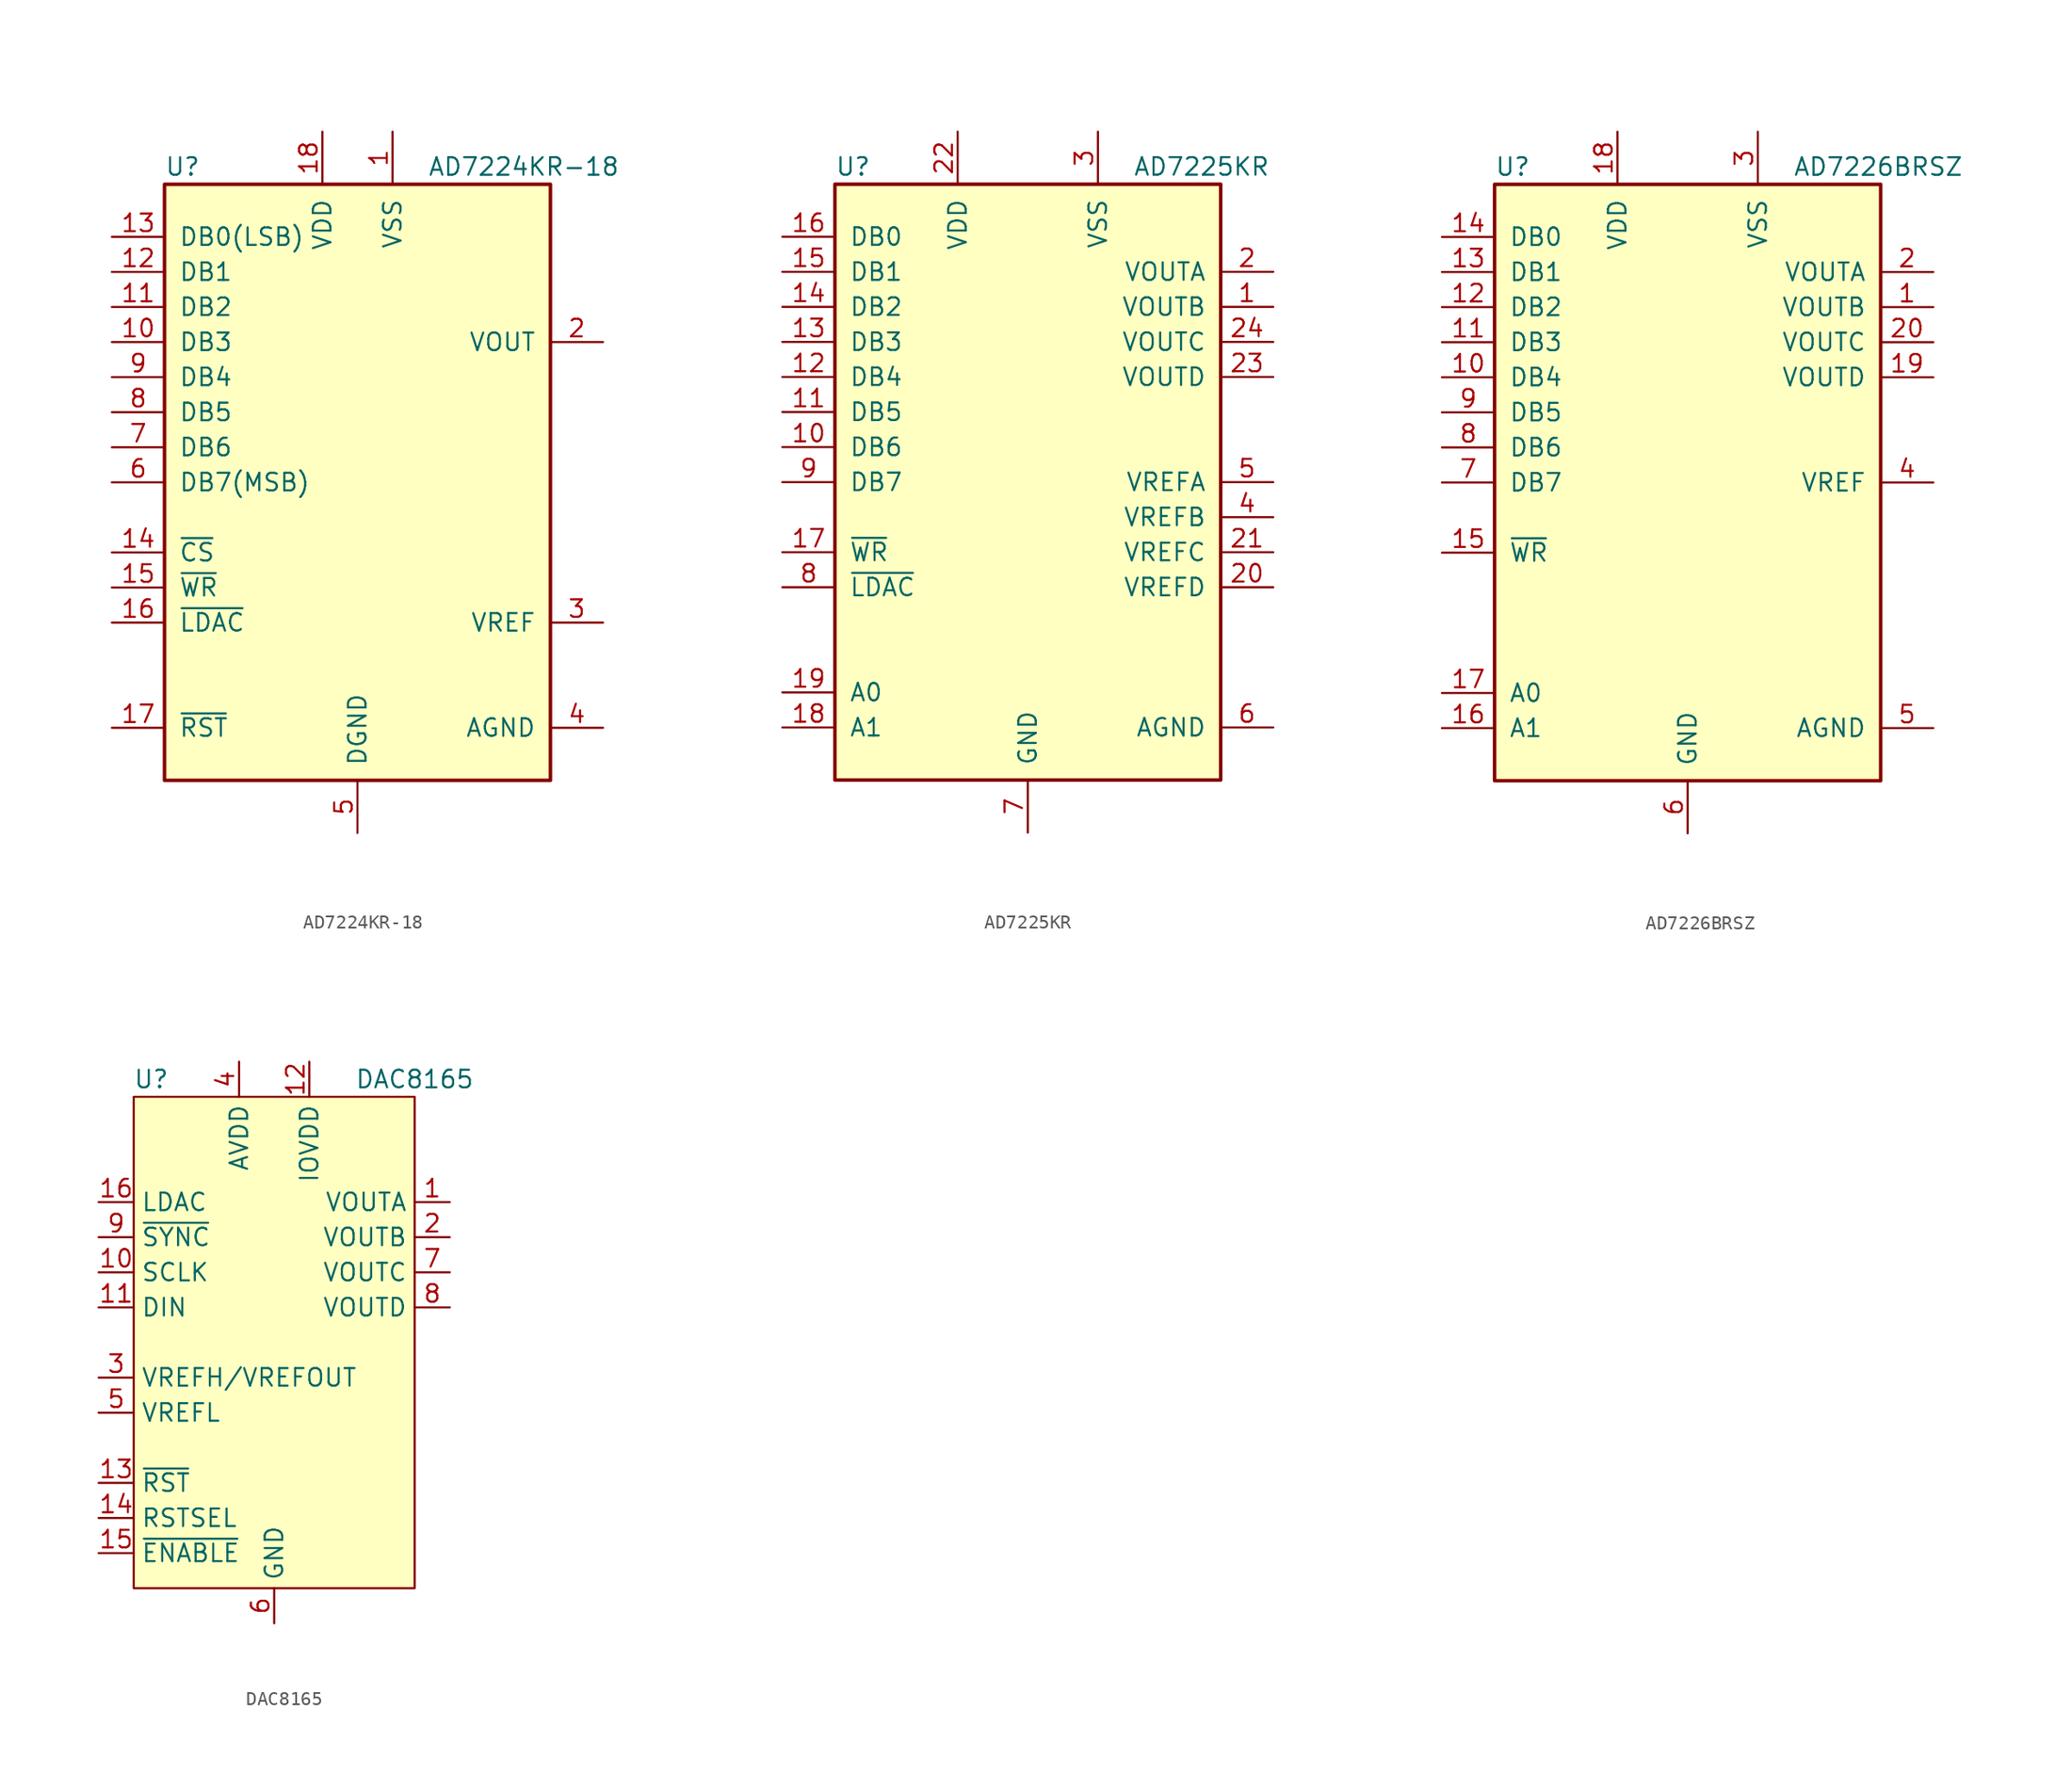
<source format=kicad_sym>
(kicad_symbol_lib
  (version 20220914)
  (generator kicad_symbol_editor)
  (symbol "AD7224KR-18"
    (pin_names
      (offset 1.016))
    (property "Reference" "U"
      (at -13.97 22.86 0)
      (effects (font (size 1.27 1.27)) (justify left)))
    (property "Value" "AD7224KR-18"
      (at 5.08 22.86 0)
      (effects (font (size 1.27 1.27)) (justify left)))
    (symbol "AD7224KR-18_1_1"
      (rectangle (start -13.97 -21.59) (end 13.97 21.59) (stroke (width 0.254) (type default)) (fill (type background)))
      (pin power_in line (at 2.54 25.4 270) (length 3.81) (name "VSS" (effects (font (size 1.27 1.27)))) (number "1" (effects (font (size 1.27 1.27)))))
      (pin input line (at -17.78 10.16 0) (length 3.81) (name "DB3" (effects (font (size 1.27 1.27)))) (number "10" (effects (font (size 1.27 1.27)))))
      (pin input line (at -17.78 12.7 0) (length 3.81) (name "DB2" (effects (font (size 1.27 1.27)))) (number "11" (effects (font (size 1.27 1.27)))))
      (pin input line (at -17.78 15.24 0) (length 3.81) (name "DB1" (effects (font (size 1.27 1.27)))) (number "12" (effects (font (size 1.27 1.27)))))
      (pin input line (at -17.78 17.78 0) (length 3.81) (name "DB0(LSB)" (effects (font (size 1.27 1.27)))) (number "13" (effects (font (size 1.27 1.27)))))
      (pin input line (at -17.78 -5.08 0) (length 3.81) (name "~{CS}" (effects (font (size 1.27 1.27)))) (number "14" (effects (font (size 1.27 1.27)))))
      (pin input line (at -17.78 -7.62 0) (length 3.81) (name "~{WR}" (effects (font (size 1.27 1.27)))) (number "15" (effects (font (size 1.27 1.27)))))
      (pin input line (at -17.78 -10.16 0) (length 3.81) (name "~{LDAC}" (effects (font (size 1.27 1.27)))) (number "16" (effects (font (size 1.27 1.27)))))
      (pin input line (at -17.78 -17.78 0) (length 3.81) (name "~{RST}" (effects (font (size 1.27 1.27)))) (number "17" (effects (font (size 1.27 1.27)))))
      (pin power_in line (at -2.54 25.4 270) (length 3.81) (name "VDD" (effects (font (size 1.27 1.27)))) (number "18" (effects (font (size 1.27 1.27)))))
      (pin output line (at 17.78 10.16 180) (length 3.81) (name "VOUT" (effects (font (size 1.27 1.27)))) (number "2" (effects (font (size 1.27 1.27)))))
      (pin passive line (at 17.78 -10.16 180) (length 3.81) (name "VREF" (effects (font (size 1.27 1.27)))) (number "3" (effects (font (size 1.27 1.27)))))
      (pin passive line (at 17.78 -17.78 180) (length 3.81) (name "AGND" (effects (font (size 1.27 1.27)))) (number "4" (effects (font (size 1.27 1.27)))))
      (pin power_in line (at 0 -25.4 90) (length 3.81) (name "DGND" (effects (font (size 1.27 1.27)))) (number "5" (effects (font (size 1.27 1.27)))))
      (pin input line (at -17.78 0 0) (length 3.81) (name "DB7(MSB)" (effects (font (size 1.27 1.27)))) (number "6" (effects (font (size 1.27 1.27)))))
      (pin input line (at -17.78 2.54 0) (length 3.81) (name "DB6" (effects (font (size 1.27 1.27)))) (number "7" (effects (font (size 1.27 1.27)))))
      (pin input line (at -17.78 5.08 0) (length 3.81) (name "DB5" (effects (font (size 1.27 1.27)))) (number "8" (effects (font (size 1.27 1.27)))))
      (pin input line (at -17.78 7.62 0) (length 3.81) (name "DB4" (effects (font (size 1.27 1.27)))) (number "9" (effects (font (size 1.27 1.27)))))))
  (symbol "AD7225KR"
    (pin_names
      (offset 1.016))
    (property "Reference" "U"
      (at -13.97 22.86 0)
      (effects (font (size 1.27 1.27)) (justify left)))
    (property "Value" "AD7225KR"
      (at 7.62 22.86 0)
      (effects (font (size 1.27 1.27)) (justify left)))
    (symbol "AD7225KR_0_1"
      (rectangle (start -13.97 -21.59) (end 13.97 21.59) (stroke (width 0.254) (type default)) (fill (type background))))
    (symbol "AD7225KR_1_1"
      (pin output line (at 17.78 12.7 180) (length 3.81) (name "VOUTB" (effects (font (size 1.27 1.27)))) (number "1" (effects (font (size 1.27 1.27)))))
      (pin input line (at -17.78 2.54 0) (length 3.81) (name "DB6" (effects (font (size 1.27 1.27)))) (number "10" (effects (font (size 1.27 1.27)))))
      (pin input line (at -17.78 5.08 0) (length 3.81) (name "DB5" (effects (font (size 1.27 1.27)))) (number "11" (effects (font (size 1.27 1.27)))))
      (pin input line (at -17.78 7.62 0) (length 3.81) (name "DB4" (effects (font (size 1.27 1.27)))) (number "12" (effects (font (size 1.27 1.27)))))
      (pin input line (at -17.78 10.16 0) (length 3.81) (name "DB3" (effects (font (size 1.27 1.27)))) (number "13" (effects (font (size 1.27 1.27)))))
      (pin input line (at -17.78 12.7 0) (length 3.81) (name "DB2" (effects (font (size 1.27 1.27)))) (number "14" (effects (font (size 1.27 1.27)))))
      (pin input line (at -17.78 15.24 0) (length 3.81) (name "DB1" (effects (font (size 1.27 1.27)))) (number "15" (effects (font (size 1.27 1.27)))))
      (pin input line (at -17.78 17.78 0) (length 3.81) (name "DB0" (effects (font (size 1.27 1.27)))) (number "16" (effects (font (size 1.27 1.27)))))
      (pin input line (at -17.78 -5.08 0) (length 3.81) (name "~{WR}" (effects (font (size 1.27 1.27)))) (number "17" (effects (font (size 1.27 1.27)))))
      (pin input line (at -17.78 -17.78 0) (length 3.81) (name "A1" (effects (font (size 1.27 1.27)))) (number "18" (effects (font (size 1.27 1.27)))))
      (pin input line (at -17.78 -15.24 0) (length 3.81) (name "A0" (effects (font (size 1.27 1.27)))) (number "19" (effects (font (size 1.27 1.27)))))
      (pin output line (at 17.78 15.24 180) (length 3.81) (name "VOUTA" (effects (font (size 1.27 1.27)))) (number "2" (effects (font (size 1.27 1.27)))))
      (pin input line (at 17.78 -7.62 180) (length 3.81) (name "VREFD" (effects (font (size 1.27 1.27)))) (number "20" (effects (font (size 1.27 1.27)))))
      (pin input line (at 17.78 -5.08 180) (length 3.81) (name "VREFC" (effects (font (size 1.27 1.27)))) (number "21" (effects (font (size 1.27 1.27)))))
      (pin power_in line (at -5.08 25.4 270) (length 3.81) (name "VDD" (effects (font (size 1.27 1.27)))) (number "22" (effects (font (size 1.27 1.27)))))
      (pin output line (at 17.78 7.62 180) (length 3.81) (name "VOUTD" (effects (font (size 1.27 1.27)))) (number "23" (effects (font (size 1.27 1.27)))))
      (pin output line (at 17.78 10.16 180) (length 3.81) (name "VOUTC" (effects (font (size 1.27 1.27)))) (number "24" (effects (font (size 1.27 1.27)))))
      (pin power_in line (at 5.08 25.4 270) (length 3.81) (name "VSS" (effects (font (size 1.27 1.27)))) (number "3" (effects (font (size 1.27 1.27)))))
      (pin input line (at 17.78 -2.54 180) (length 3.81) (name "VREFB" (effects (font (size 1.27 1.27)))) (number "4" (effects (font (size 1.27 1.27)))))
      (pin input line (at 17.78 0 180) (length 3.81) (name "VREFA" (effects (font (size 1.27 1.27)))) (number "5" (effects (font (size 1.27 1.27)))))
      (pin input line (at 17.78 -17.78 180) (length 3.81) (name "AGND" (effects (font (size 1.27 1.27)))) (number "6" (effects (font (size 1.27 1.27)))))
      (pin power_in line (at 0 -25.4 90) (length 3.81) (name "GND" (effects (font (size 1.27 1.27)))) (number "7" (effects (font (size 1.27 1.27)))))
      (pin input line (at -17.78 -7.62 0) (length 3.81) (name "~{LDAC}" (effects (font (size 1.27 1.27)))) (number "8" (effects (font (size 1.27 1.27)))))
      (pin input line (at -17.78 0 0) (length 3.81) (name "DB7" (effects (font (size 1.27 1.27)))) (number "9" (effects (font (size 1.27 1.27)))))))
  (symbol "AD7226BRSZ"
    (pin_names
      (offset 1.016))
    (property "Reference" "U"
      (at -13.97 22.86 0)
      (effects (font (size 1.27 1.27)) (justify left)))
    (property "Value" "AD7226BRSZ"
      (at 7.62 22.86 0)
      (effects (font (size 1.27 1.27)) (justify left)))
    (symbol "AD7226BRSZ_0_1"
      (rectangle (start -13.97 -21.59) (end 13.97 21.59) (stroke (width 0.254) (type default)) (fill (type background))))
    (symbol "AD7226BRSZ_1_1"
      (pin output line (at 17.78 12.7 180) (length 3.81) (name "VOUTB" (effects (font (size 1.27 1.27)))) (number "1" (effects (font (size 1.27 1.27)))))
      (pin input line (at -17.78 7.62 0) (length 3.81) (name "DB4" (effects (font (size 1.27 1.27)))) (number "10" (effects (font (size 1.27 1.27)))))
      (pin input line (at -17.78 10.16 0) (length 3.81) (name "DB3" (effects (font (size 1.27 1.27)))) (number "11" (effects (font (size 1.27 1.27)))))
      (pin input line (at -17.78 12.7 0) (length 3.81) (name "DB2" (effects (font (size 1.27 1.27)))) (number "12" (effects (font (size 1.27 1.27)))))
      (pin input line (at -17.78 15.24 0) (length 3.81) (name "DB1" (effects (font (size 1.27 1.27)))) (number "13" (effects (font (size 1.27 1.27)))))
      (pin input line (at -17.78 17.78 0) (length 3.81) (name "DB0" (effects (font (size 1.27 1.27)))) (number "14" (effects (font (size 1.27 1.27)))))
      (pin input line (at -17.78 -5.08 0) (length 3.81) (name "~{WR}" (effects (font (size 1.27 1.27)))) (number "15" (effects (font (size 1.27 1.27)))))
      (pin input line (at -17.78 -17.78 0) (length 3.81) (name "A1" (effects (font (size 1.27 1.27)))) (number "16" (effects (font (size 1.27 1.27)))))
      (pin input line (at -17.78 -15.24 0) (length 3.81) (name "A0" (effects (font (size 1.27 1.27)))) (number "17" (effects (font (size 1.27 1.27)))))
      (pin power_in line (at -5.08 25.4 270) (length 3.81) (name "VDD" (effects (font (size 1.27 1.27)))) (number "18" (effects (font (size 1.27 1.27)))))
      (pin output line (at 17.78 7.62 180) (length 3.81) (name "VOUTD" (effects (font (size 1.27 1.27)))) (number "19" (effects (font (size 1.27 1.27)))))
      (pin output line (at 17.78 15.24 180) (length 3.81) (name "VOUTA" (effects (font (size 1.27 1.27)))) (number "2" (effects (font (size 1.27 1.27)))))
      (pin output line (at 17.78 10.16 180) (length 3.81) (name "VOUTC" (effects (font (size 1.27 1.27)))) (number "20" (effects (font (size 1.27 1.27)))))
      (pin power_in line (at 5.08 25.4 270) (length 3.81) (name "VSS" (effects (font (size 1.27 1.27)))) (number "3" (effects (font (size 1.27 1.27)))))
      (pin input line (at 17.78 0 180) (length 3.81) (name "VREF" (effects (font (size 1.27 1.27)))) (number "4" (effects (font (size 1.27 1.27)))))
      (pin input line (at 17.78 -17.78 180) (length 3.81) (name "AGND" (effects (font (size 1.27 1.27)))) (number "5" (effects (font (size 1.27 1.27)))))
      (pin power_in line (at 0 -25.4 90) (length 3.81) (name "GND" (effects (font (size 1.27 1.27)))) (number "6" (effects (font (size 1.27 1.27)))))
      (pin input line (at -17.78 0 0) (length 3.81) (name "DB7" (effects (font (size 1.27 1.27)))) (number "7" (effects (font (size 1.27 1.27)))))
      (pin input line (at -17.78 2.54 0) (length 3.81) (name "DB6" (effects (font (size 1.27 1.27)))) (number "8" (effects (font (size 1.27 1.27)))))
      (pin input line (at -17.78 5.08 0) (length 3.81) (name "DB5" (effects (font (size 1.27 1.27)))) (number "9" (effects (font (size 1.27 1.27)))))))
  (symbol "DAC8165"
    (property "Reference" "U"
      (at -8.89 21.59 0)
      (effects (font (size 1.27 1.27))))
    (property "Value" "DAC8165"
      (at 10.16 21.59 0)
      (effects (font (size 1.27 1.27))))
    (symbol "DAC8165_0_0"
      (pin output line (at 12.7 12.7 180) (length 2.54) (name "VOUTA" (effects (font (size 1.27 1.27)))) (number "1" (effects (font (size 1.27 1.27)))))
      (pin input line (at -12.7 7.62 0) (length 2.54) (name "SCLK" (effects (font (size 1.27 1.27)))) (number "10" (effects (font (size 1.27 1.27)))))
      (pin input line (at -12.7 5.08 0) (length 2.54) (name "DIN" (effects (font (size 1.27 1.27)))) (number "11" (effects (font (size 1.27 1.27)))))
      (pin power_in line (at 2.54 22.86 270) (length 2.54) (name "IOVDD" (effects (font (size 1.27 1.27)))) (number "12" (effects (font (size 1.27 1.27)))))
      (pin input line (at -12.7 -7.62 0) (length 2.54) (name "~{RST}" (effects (font (size 1.27 1.27)))) (number "13" (effects (font (size 1.27 1.27)))))
      (pin input line (at -12.7 -10.16 0) (length 2.54) (name "RSTSEL" (effects (font (size 1.27 1.27)))) (number "14" (effects (font (size 1.27 1.27)))))
      (pin input line (at -12.7 -12.7 0) (length 2.54) (name "~{ENABLE}" (effects (font (size 1.27 1.27)))) (number "15" (effects (font (size 1.27 1.27)))))
      (pin input line (at -12.7 12.7 0) (length 2.54) (name "LDAC" (effects (font (size 1.27 1.27)))) (number "16" (effects (font (size 1.27 1.27)))))
      (pin output line (at 12.7 10.16 180) (length 2.54) (name "VOUTB" (effects (font (size 1.27 1.27)))) (number "2" (effects (font (size 1.27 1.27)))))
      (pin bidirectional line (at -12.7 0 0) (length 2.54) (name "VREFH/VREFOUT" (effects (font (size 1.27 1.27)))) (number "3" (effects (font (size 1.27 1.27)))))
      (pin power_in line (at -2.54 22.86 270) (length 2.54) (name "AVDD" (effects (font (size 1.27 1.27)))) (number "4" (effects (font (size 1.27 1.27)))))
      (pin input line (at -12.7 -2.54 0) (length 2.54) (name "VREFL" (effects (font (size 1.27 1.27)))) (number "5" (effects (font (size 1.27 1.27)))))
      (pin power_in line (at 0 -17.78 90) (length 2.54) (name "GND" (effects (font (size 1.27 1.27)))) (number "6" (effects (font (size 1.27 1.27)))))
      (pin output line (at 12.7 7.62 180) (length 2.54) (name "VOUTC" (effects (font (size 1.27 1.27)))) (number "7" (effects (font (size 1.27 1.27)))))
      (pin output line (at 12.7 5.08 180) (length 2.54) (name "VOUTD" (effects (font (size 1.27 1.27)))) (number "8" (effects (font (size 1.27 1.27)))))
      (pin input line (at -12.7 10.16 0) (length 2.54) (name "~{SYNC}" (effects (font (size 1.27 1.27)))) (number "9" (effects (font (size 1.27 1.27))))))
    (symbol "DAC8165_0_1"
      (rectangle (start -10.16 20.32) (end 10.16 -15.24) (stroke (width 0.152) (type default)) (fill (type background))))))
</source>
